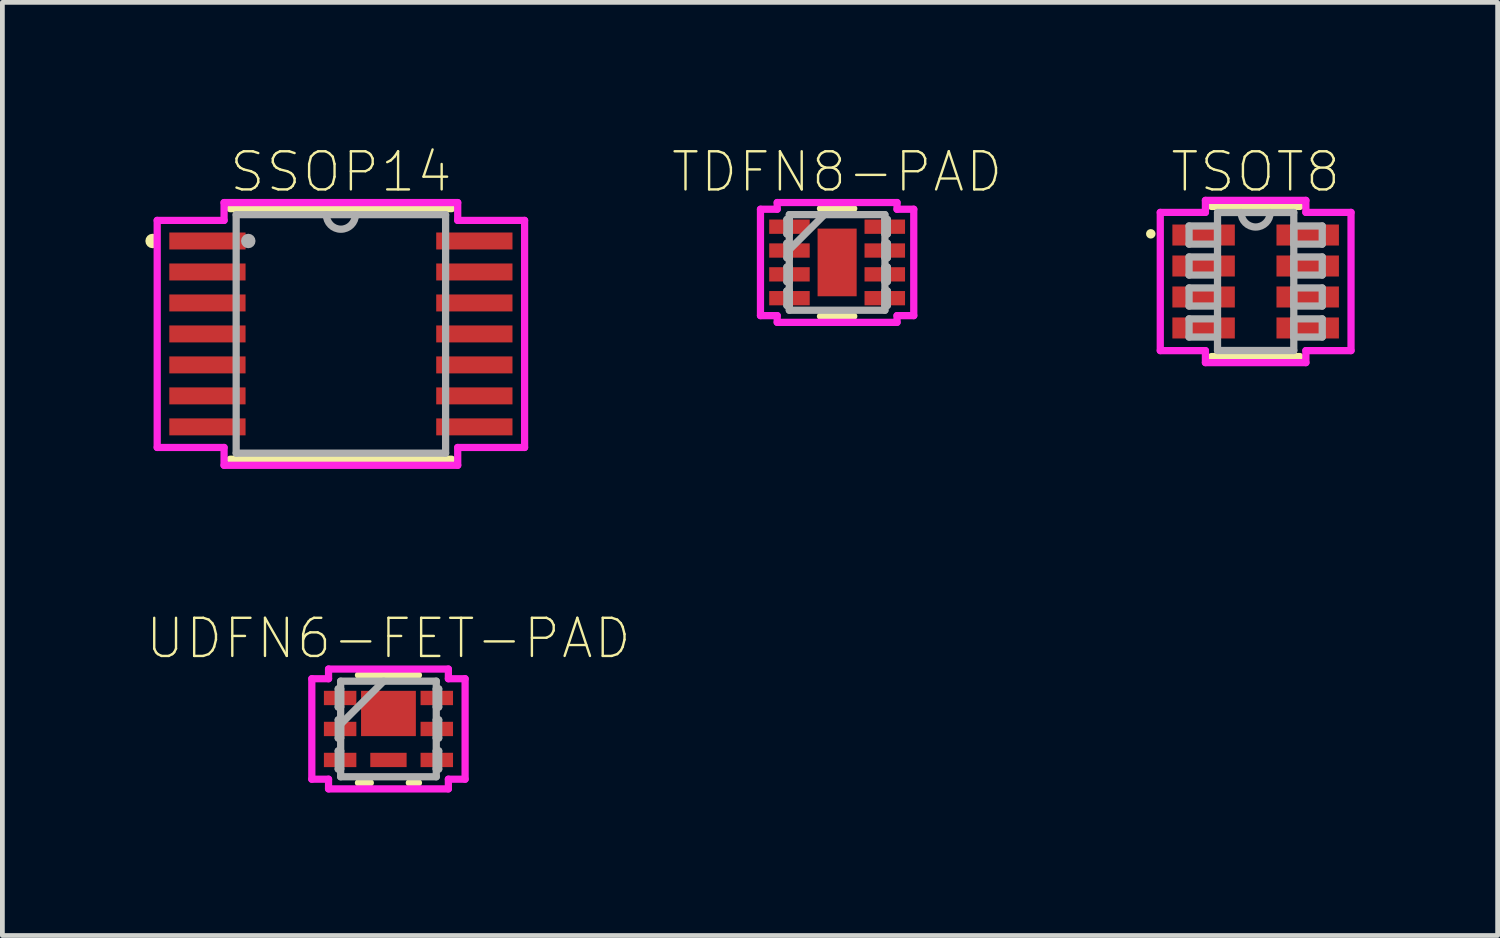
<source format=kicad_pcb>
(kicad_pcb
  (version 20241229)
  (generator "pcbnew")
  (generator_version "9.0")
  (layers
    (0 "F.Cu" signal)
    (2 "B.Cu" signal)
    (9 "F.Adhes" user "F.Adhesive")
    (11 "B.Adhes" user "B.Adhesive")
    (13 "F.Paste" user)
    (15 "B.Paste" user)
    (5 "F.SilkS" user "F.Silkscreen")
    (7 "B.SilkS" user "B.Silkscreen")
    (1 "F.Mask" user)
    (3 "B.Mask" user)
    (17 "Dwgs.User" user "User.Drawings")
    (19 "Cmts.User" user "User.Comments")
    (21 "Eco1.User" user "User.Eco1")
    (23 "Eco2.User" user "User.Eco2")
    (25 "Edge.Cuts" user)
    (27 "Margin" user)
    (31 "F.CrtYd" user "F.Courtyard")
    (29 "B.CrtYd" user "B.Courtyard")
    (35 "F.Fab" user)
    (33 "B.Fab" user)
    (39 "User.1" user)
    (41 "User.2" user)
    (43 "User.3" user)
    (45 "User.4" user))
  (footprint "TSOT8"
    (layer "F.Cu")
    (at 23.294 2.856)
    (property "Reference" "TSOT8" (at 0 -2.3 0) (layer "F.SilkS") (effects (font (size 0.8 0.8) (thickness 0.05))))
    (attr through_hole)
    (fp_line (start -0.927 1.575) (end 0.927 1.575) (stroke (width 0.152) (type solid)) (layer "F.SilkS"))
    (fp_line (start 0.927 -1.575) (end -0.927 -1.575) (stroke (width 0.152) (type solid)) (layer "F.SilkS"))
    (fp_circle (center -2.2 -1) (end -2.15 -1) (stroke (width 0.1) (type solid)) (fill no) (layer "F.SilkS"))
    (fp_line (start -2.001 -1.45) (end -1.054 -1.45) (stroke (width 0.152) (type solid)) (layer "F.CrtYd"))
    (fp_line (start -2.001 1.45) (end -2.001 -1.45) (stroke (width 0.152) (type solid)) (layer "F.CrtYd"))
    (fp_line (start -1.054 -1.702) (end 1.054 -1.702) (stroke (width 0.152) (type solid)) (layer "F.CrtYd"))
    (fp_line (start -1.054 -1.45) (end -1.054 -1.702) (stroke (width 0.152) (type solid)) (layer "F.CrtYd"))
    (fp_line (start -1.054 1.45) (end -2.001 1.45) (stroke (width 0.152) (type solid)) (layer "F.CrtYd"))
    (fp_line (start -1.054 1.702) (end -1.054 1.45) (stroke (width 0.152) (type solid)) (layer "F.CrtYd"))
    (fp_line (start 1.054 -1.702) (end 1.054 -1.45) (stroke (width 0.152) (type solid)) (layer "F.CrtYd"))
    (fp_line (start 1.054 -1.45) (end 2.001 -1.45) (stroke (width 0.152) (type solid)) (layer "F.CrtYd"))
    (fp_line (start 1.054 1.45) (end 1.054 1.702) (stroke (width 0.152) (type solid)) (layer "F.CrtYd"))
    (fp_line (start 1.054 1.702) (end -1.054 1.702) (stroke (width 0.152) (type solid)) (layer "F.CrtYd"))
    (fp_line (start 2.001 -1.45) (end 2.001 1.45) (stroke (width 0.152) (type solid)) (layer "F.CrtYd"))
    (fp_line (start 2.001 1.45) (end 1.054 1.45) (stroke (width 0.152) (type solid)) (layer "F.CrtYd"))
    (fp_line (start -1.397 -1.165) (end -1.397 -0.784) (stroke (width 0.152) (type solid)) (layer "F.Fab"))
    (fp_line (start -1.397 -0.784) (end -0.8 -0.784) (stroke (width 0.152) (type solid)) (layer "F.Fab"))
    (fp_line (start -1.397 -0.515) (end -1.397 -0.135) (stroke (width 0.152) (type solid)) (layer "F.Fab"))
    (fp_line (start -1.397 -0.135) (end -0.8 -0.135) (stroke (width 0.152) (type solid)) (layer "F.Fab"))
    (fp_line (start -1.397 0.135) (end -1.397 0.515) (stroke (width 0.152) (type solid)) (layer "F.Fab"))
    (fp_line (start -1.397 0.515) (end -0.8 0.515) (stroke (width 0.152) (type solid)) (layer "F.Fab"))
    (fp_line (start -1.397 0.784) (end -1.397 1.165) (stroke (width 0.152) (type solid)) (layer "F.Fab"))
    (fp_line (start -1.397 1.165) (end -0.8 1.165) (stroke (width 0.152) (type solid)) (layer "F.Fab"))
    (fp_line (start -0.8 -1.448) (end -0.8 1.448) (stroke (width 0.152) (type solid)) (layer "F.Fab"))
    (fp_line (start -0.8 -1.165) (end -1.397 -1.165) (stroke (width 0.152) (type solid)) (layer "F.Fab"))
    (fp_line (start -0.8 -0.784) (end -0.8 -1.165) (stroke (width 0.152) (type solid)) (layer "F.Fab"))
    (fp_line (start -0.8 -0.515) (end -1.397 -0.515) (stroke (width 0.152) (type solid)) (layer "F.Fab"))
    (fp_line (start -0.8 -0.135) (end -0.8 -0.515) (stroke (width 0.152) (type solid)) (layer "F.Fab"))
    (fp_line (start -0.8 0.135) (end -1.397 0.135) (stroke (width 0.152) (type solid)) (layer "F.Fab"))
    (fp_line (start -0.8 0.515) (end -0.8 0.135) (stroke (width 0.152) (type solid)) (layer "F.Fab"))
    (fp_line (start -0.8 0.784) (end -1.397 0.784) (stroke (width 0.152) (type solid)) (layer "F.Fab"))
    (fp_line (start -0.8 1.165) (end -0.8 0.784) (stroke (width 0.152) (type solid)) (layer "F.Fab"))
    (fp_line (start -0.8 1.448) (end 0.8 1.448) (stroke (width 0.152) (type solid)) (layer "F.Fab"))
    (fp_line (start 0.8 -1.448) (end -0.8 -1.448) (stroke (width 0.152) (type solid)) (layer "F.Fab"))
    (fp_line (start 0.8 -1.165) (end 0.8 -0.784) (stroke (width 0.152) (type solid)) (layer "F.Fab"))
    (fp_line (start 0.8 -0.784) (end 1.397 -0.784) (stroke (width 0.152) (type solid)) (layer "F.Fab"))
    (fp_line (start 0.8 -0.515) (end 0.8 -0.135) (stroke (width 0.152) (type solid)) (layer "F.Fab"))
    (fp_line (start 0.8 -0.135) (end 1.397 -0.135) (stroke (width 0.152) (type solid)) (layer "F.Fab"))
    (fp_line (start 0.8 0.135) (end 0.8 0.515) (stroke (width 0.152) (type solid)) (layer "F.Fab"))
    (fp_line (start 0.8 0.515) (end 1.397 0.515) (stroke (width 0.152) (type solid)) (layer "F.Fab"))
    (fp_line (start 0.8 0.784) (end 0.8 1.165) (stroke (width 0.152) (type solid)) (layer "F.Fab"))
    (fp_line (start 0.8 1.165) (end 1.397 1.165) (stroke (width 0.152) (type solid)) (layer "F.Fab"))
    (fp_line (start 0.8 1.448) (end 0.8 -1.448) (stroke (width 0.152) (type solid)) (layer "F.Fab"))
    (fp_line (start 1.397 -1.165) (end 0.8 -1.165) (stroke (width 0.152) (type solid)) (layer "F.Fab"))
    (fp_line (start 1.397 -0.784) (end 1.397 -1.165) (stroke (width 0.152) (type solid)) (layer "F.Fab"))
    (fp_line (start 1.397 -0.515) (end 0.8 -0.515) (stroke (width 0.152) (type solid)) (layer "F.Fab"))
    (fp_line (start 1.397 -0.135) (end 1.397 -0.515) (stroke (width 0.152) (type solid)) (layer "F.Fab"))
    (fp_line (start 1.397 0.135) (end 0.8 0.135) (stroke (width 0.152) (type solid)) (layer "F.Fab"))
    (fp_line (start 1.397 0.515) (end 1.397 0.135) (stroke (width 0.152) (type solid)) (layer "F.Fab"))
    (fp_line (start 1.397 0.784) (end 0.8 0.784) (stroke (width 0.152) (type solid)) (layer "F.Fab"))
    (fp_line (start 1.397 1.165) (end 1.397 0.784) (stroke (width 0.152) (type solid)) (layer "F.Fab"))
    (fp_arc (start 0.3048 -1.4478) (mid 0 -1.143) (end -0.3048 -1.4478) (stroke (width 0.1524) (type solid)) (layer "F.Fab"))
    (pad "1" smd rect (at -1.092 -0.975) (size 1.31 0.441) (layers "F.Cu" "F.Mask" "F.Paste"))
    (pad "2" smd rect (at -1.092 -0.325) (size 1.31 0.441) (layers "F.Cu" "F.Mask" "F.Paste"))
    (pad "3" smd rect (at -1.092 0.325) (size 1.31 0.441) (layers "F.Cu" "F.Mask" "F.Paste"))
    (pad "4" smd rect (at -1.092 0.975) (size 1.31 0.441) (layers "F.Cu" "F.Mask" "F.Paste"))
    (pad "5" smd rect (at 1.092 0.975) (size 1.31 0.441) (layers "F.Cu" "F.Mask" "F.Paste"))
    (pad "6" smd rect (at 1.092 0.325) (size 1.31 0.441) (layers "F.Cu" "F.Mask" "F.Paste"))
    (pad "7" smd rect (at 1.092 -0.325) (size 1.31 0.441) (layers "F.Cu" "F.Mask" "F.Paste"))
    (pad "8" smd rect (at 1.092 -0.975) (size 1.31 0.441) (layers "F.Cu" "F.Mask" "F.Paste")))
  (footprint "TDFN8-PAD"
    (layer "F.Cu")
    (at 14.513 2.456)
    (property "Reference" "TDFN8-PAD" (at 0 -1.9 0) (layer "F.SilkS") (effects (font (size 0.8 0.8) (thickness 0.05))))
    (attr through_hole)
    (fp_line (start -0.349 1.13) (end 0.349 1.13) (stroke (width 0.152) (type solid)) (layer "F.SilkS"))
    (fp_line (start 0.349 -1.13) (end -0.349 -1.13) (stroke (width 0.152) (type solid)) (layer "F.SilkS"))
    (fp_line (start -1.608 -1.116) (end -1.257 -1.116) (stroke (width 0.152) (type solid)) (layer "F.CrtYd"))
    (fp_line (start -1.608 1.116) (end -1.608 -1.116) (stroke (width 0.152) (type solid)) (layer "F.CrtYd"))
    (fp_line (start -1.257 -1.257) (end 1.257 -1.257) (stroke (width 0.152) (type solid)) (layer "F.CrtYd"))
    (fp_line (start -1.257 -1.116) (end -1.257 -1.257) (stroke (width 0.152) (type solid)) (layer "F.CrtYd"))
    (fp_line (start -1.257 1.116) (end -1.608 1.116) (stroke (width 0.152) (type solid)) (layer "F.CrtYd"))
    (fp_line (start -1.257 1.257) (end -1.257 1.116) (stroke (width 0.152) (type solid)) (layer "F.CrtYd"))
    (fp_line (start 1.257 -1.257) (end 1.257 -1.116) (stroke (width 0.152) (type solid)) (layer "F.CrtYd"))
    (fp_line (start 1.257 -1.116) (end 1.608 -1.116) (stroke (width 0.152) (type solid)) (layer "F.CrtYd"))
    (fp_line (start 1.257 1.116) (end 1.257 1.257) (stroke (width 0.152) (type solid)) (layer "F.CrtYd"))
    (fp_line (start 1.257 1.257) (end -1.257 1.257) (stroke (width 0.152) (type solid)) (layer "F.CrtYd"))
    (fp_line (start 1.608 -1.116) (end 1.608 1.116) (stroke (width 0.152) (type solid)) (layer "F.CrtYd"))
    (fp_line (start 1.608 1.116) (end 1.257 1.116) (stroke (width 0.152) (type solid)) (layer "F.CrtYd"))
    (fp_line (start -1.054 -0.902) (end -1.054 -0.598) (stroke (width 0.152) (type solid)) (layer "F.Fab"))
    (fp_line (start -1.054 -0.598) (end -1.003 -0.598) (stroke (width 0.152) (type solid)) (layer "F.Fab"))
    (fp_line (start -1.054 -0.402) (end -1.054 -0.098) (stroke (width 0.152) (type solid)) (layer "F.Fab"))
    (fp_line (start -1.054 -0.098) (end -1.003 -0.098) (stroke (width 0.152) (type solid)) (layer "F.Fab"))
    (fp_line (start -1.054 0.098) (end -1.054 0.402) (stroke (width 0.152) (type solid)) (layer "F.Fab"))
    (fp_line (start -1.054 0.402) (end -1.003 0.402) (stroke (width 0.152) (type solid)) (layer "F.Fab"))
    (fp_line (start -1.054 0.598) (end -1.054 0.902) (stroke (width 0.152) (type solid)) (layer "F.Fab"))
    (fp_line (start -1.054 0.902) (end -1.003 0.902) (stroke (width 0.152) (type solid)) (layer "F.Fab"))
    (fp_line (start -1.003 -1.003) (end -1.003 1.003) (stroke (width 0.152) (type solid)) (layer "F.Fab"))
    (fp_line (start -1.003 -0.902) (end -1.054 -0.902) (stroke (width 0.152) (type solid)) (layer "F.Fab"))
    (fp_line (start -1.003 -0.598) (end -1.003 -0.902) (stroke (width 0.152) (type solid)) (layer "F.Fab"))
    (fp_line (start -1.003 -0.402) (end -1.054 -0.402) (stroke (width 0.152) (type solid)) (layer "F.Fab"))
    (fp_line (start -1.003 -0.267) (end -0.267 -1.003) (stroke (width 0.152) (type solid)) (layer "F.Fab"))
    (fp_line (start -1.003 -0.098) (end -1.003 -0.402) (stroke (width 0.152) (type solid)) (layer "F.Fab"))
    (fp_line (start -1.003 0.098) (end -1.054 0.098) (stroke (width 0.152) (type solid)) (layer "F.Fab"))
    (fp_line (start -1.003 0.402) (end -1.003 0.098) (stroke (width 0.152) (type solid)) (layer "F.Fab"))
    (fp_line (start -1.003 0.598) (end -1.054 0.598) (stroke (width 0.152) (type solid)) (layer "F.Fab"))
    (fp_line (start -1.003 0.902) (end -1.003 0.598) (stroke (width 0.152) (type solid)) (layer "F.Fab"))
    (fp_line (start -1.003 1.003) (end 1.003 1.003) (stroke (width 0.152) (type solid)) (layer "F.Fab"))
    (fp_line (start 1.003 -1.003) (end -1.003 -1.003) (stroke (width 0.152) (type solid)) (layer "F.Fab"))
    (fp_line (start 1.003 -0.902) (end 1.003 -0.598) (stroke (width 0.152) (type solid)) (layer "F.Fab"))
    (fp_line (start 1.003 -0.598) (end 1.054 -0.598) (stroke (width 0.152) (type solid)) (layer "F.Fab"))
    (fp_line (start 1.003 -0.402) (end 1.003 -0.098) (stroke (width 0.152) (type solid)) (layer "F.Fab"))
    (fp_line (start 1.003 -0.098) (end 1.054 -0.098) (stroke (width 0.152) (type solid)) (layer "F.Fab"))
    (fp_line (start 1.003 0.098) (end 1.003 0.402) (stroke (width 0.152) (type solid)) (layer "F.Fab"))
    (fp_line (start 1.003 0.402) (end 1.054 0.402) (stroke (width 0.152) (type solid)) (layer "F.Fab"))
    (fp_line (start 1.003 0.598) (end 1.003 0.902) (stroke (width 0.152) (type solid)) (layer "F.Fab"))
    (fp_line (start 1.003 0.902) (end 1.054 0.902) (stroke (width 0.152) (type solid)) (layer "F.Fab"))
    (fp_line (start 1.003 1.003) (end 1.003 -1.003) (stroke (width 0.152) (type solid)) (layer "F.Fab"))
    (fp_line (start 1.054 -0.902) (end 1.003 -0.902) (stroke (width 0.152) (type solid)) (layer "F.Fab"))
    (fp_line (start 1.054 -0.598) (end 1.054 -0.902) (stroke (width 0.152) (type solid)) (layer "F.Fab"))
    (fp_line (start 1.054 -0.402) (end 1.003 -0.402) (stroke (width 0.152) (type solid)) (layer "F.Fab"))
    (fp_line (start 1.054 -0.098) (end 1.054 -0.402) (stroke (width 0.152) (type solid)) (layer "F.Fab"))
    (fp_line (start 1.054 0.098) (end 1.003 0.098) (stroke (width 0.152) (type solid)) (layer "F.Fab"))
    (fp_line (start 1.054 0.402) (end 1.054 0.098) (stroke (width 0.152) (type solid)) (layer "F.Fab"))
    (fp_line (start 1.054 0.598) (end 1.003 0.598) (stroke (width 0.152) (type solid)) (layer "F.Fab"))
    (fp_line (start 1.054 0.902) (end 1.054 0.598) (stroke (width 0.152) (type solid)) (layer "F.Fab"))
    (pad "1" smd rect (at -1 -0.75 90) (size 0.3 0.85) (layers "F.Cu" "F.Mask" "F.Paste"))
    (pad "2" smd rect (at -1 -0.25 90) (size 0.3 0.85) (layers "F.Cu" "F.Mask" "F.Paste"))
    (pad "3" smd rect (at -1 0.25 90) (size 0.3 0.85) (layers "F.Cu" "F.Mask" "F.Paste"))
    (pad "4" smd rect (at -1 0.75 90) (size 0.3 0.85) (layers "F.Cu" "F.Mask" "F.Paste"))
    (pad "5" smd rect (at 1 0.75 90) (size 0.3 0.85) (layers "F.Cu" "F.Mask" "F.Paste"))
    (pad "6" smd rect (at 1 0.25 90) (size 0.3 0.85) (layers "F.Cu" "F.Mask" "F.Paste"))
    (pad "7" smd rect (at 1 -0.25 90) (size 0.3 0.85) (layers "F.Cu" "F.Mask" "F.Paste"))
    (pad "8" smd rect (at 1 -0.75 90) (size 0.3 0.85) (layers "F.Cu" "F.Mask" "F.Paste"))
    (pad "9" smd rect (at 0 0) (size 0.82 1.42) (layers "F.Cu" "F.Mask" "F.Paste")))
  (footprint "SSOP14"
    (layer "F.Cu")
    (at 4.102 3.956)
    (property "Reference" "SSOP14" (at 0 -3.4 0) (layer "F.SilkS") (effects (font (size 0.8 0.8) (thickness 0.05))))
    (attr through_hole)
    (fp_line (start -2.324 2.629) (end 2.324 2.629) (stroke (width 0.152) (type solid)) (layer "F.SilkS"))
    (fp_line (start 2.324 -2.629) (end -2.324 -2.629) (stroke (width 0.152) (type solid)) (layer "F.SilkS"))
    (fp_circle (center -3.95 -1.95) (end -3.874 -1.95) (stroke (width 0.152) (type solid)) (fill no) (layer "F.SilkS"))
    (fp_line (start -3.854 -2.382) (end -2.451 -2.382) (stroke (width 0.152) (type solid)) (layer "F.CrtYd"))
    (fp_line (start -3.854 2.382) (end -3.854 -2.382) (stroke (width 0.152) (type solid)) (layer "F.CrtYd"))
    (fp_line (start -2.451 -2.756) (end 2.451 -2.756) (stroke (width 0.152) (type solid)) (layer "F.CrtYd"))
    (fp_line (start -2.451 -2.382) (end -2.451 -2.756) (stroke (width 0.152) (type solid)) (layer "F.CrtYd"))
    (fp_line (start -2.451 2.382) (end -3.854 2.382) (stroke (width 0.152) (type solid)) (layer "F.CrtYd"))
    (fp_line (start -2.451 2.756) (end -2.451 2.382) (stroke (width 0.152) (type solid)) (layer "F.CrtYd"))
    (fp_line (start 2.451 -2.756) (end 2.451 -2.382) (stroke (width 0.152) (type solid)) (layer "F.CrtYd"))
    (fp_line (start 2.451 -2.382) (end 3.854 -2.382) (stroke (width 0.152) (type solid)) (layer "F.CrtYd"))
    (fp_line (start 2.451 2.382) (end 2.451 2.756) (stroke (width 0.152) (type solid)) (layer "F.CrtYd"))
    (fp_line (start 2.451 2.756) (end -2.451 2.756) (stroke (width 0.152) (type solid)) (layer "F.CrtYd"))
    (fp_line (start 3.854 -2.382) (end 3.854 2.382) (stroke (width 0.152) (type solid)) (layer "F.CrtYd"))
    (fp_line (start 3.854 2.382) (end 2.451 2.382) (stroke (width 0.152) (type solid)) (layer "F.CrtYd"))
    (fp_line (start -2.197 -2.502) (end -2.197 2.502) (stroke (width 0.152) (type solid)) (layer "F.Fab"))
    (fp_line (start -2.197 2.502) (end 2.197 2.502) (stroke (width 0.152) (type solid)) (layer "F.Fab"))
    (fp_line (start 2.197 -2.502) (end -2.197 -2.502) (stroke (width 0.152) (type solid)) (layer "F.Fab"))
    (fp_line (start 2.197 2.502) (end 2.197 -2.502) (stroke (width 0.152) (type solid)) (layer "F.Fab"))
    (fp_arc (start 0.3048 -2.5019) (mid 0 -2.1971) (end -0.3048 -2.5019) (stroke (width 0.1524) (type solid)) (layer "F.Fab"))
    (fp_circle (center -1.943 -1.95) (end -1.867 -1.95) (stroke (width 0.152) (type solid)) (fill no) (layer "F.Fab"))
    (pad "1" smd rect (at -2.8 -1.95) (size 1.6 0.356) (layers "F.Cu" "F.Mask" "F.Paste"))
    (pad "2" smd rect (at -2.8 -1.3) (size 1.6 0.356) (layers "F.Cu" "F.Mask" "F.Paste"))
    (pad "3" smd rect (at -2.8 -0.65) (size 1.6 0.356) (layers "F.Cu" "F.Mask" "F.Paste"))
    (pad "4" smd rect (at -2.8 0) (size 1.6 0.356) (layers "F.Cu" "F.Mask" "F.Paste"))
    (pad "5" smd rect (at -2.8 0.65) (size 1.6 0.356) (layers "F.Cu" "F.Mask" "F.Paste"))
    (pad "6" smd rect (at -2.8 1.3) (size 1.6 0.356) (layers "F.Cu" "F.Mask" "F.Paste"))
    (pad "7" smd rect (at -2.8 1.95) (size 1.6 0.356) (layers "F.Cu" "F.Mask" "F.Paste"))
    (pad "8" smd rect (at 2.8 1.95) (size 1.6 0.356) (layers "F.Cu" "F.Mask" "F.Paste"))
    (pad "9" smd rect (at 2.8 1.3) (size 1.6 0.356) (layers "F.Cu" "F.Mask" "F.Paste"))
    (pad "10" smd rect (at 2.8 0.65) (size 1.6 0.356) (layers "F.Cu" "F.Mask" "F.Paste"))
    (pad "11" smd rect (at 2.8 0) (size 1.6 0.356) (layers "F.Cu" "F.Mask" "F.Paste"))
    (pad "12" smd rect (at 2.8 -0.65) (size 1.6 0.356) (layers "F.Cu" "F.Mask" "F.Paste"))
    (pad "13" smd rect (at 2.8 -1.3) (size 1.6 0.356) (layers "F.Cu" "F.Mask" "F.Paste"))
    (pad "14" smd rect (at 2.8 -1.95) (size 1.6 0.356) (layers "F.Cu" "F.Mask" "F.Paste")))
  (footprint "UDFN6-FET-PAD"
    (layer "F.Cu")
    (at 5.1 12.244)
    (property "Reference" "UDFN6-FET-PAD" (at 0 -1.9 0) (layer "F.SilkS") (effects (font (size 0.8 0.8) (thickness 0.05))))
    (attr through_hole)
    (fp_line (start -0.629 1.13) (end -0.381 1.13) (stroke (width 0.152) (type solid)) (layer "F.SilkS"))
    (fp_line (start 0.438 1.13) (end 0.629 1.13) (stroke (width 0.152) (type solid)) (layer "F.SilkS"))
    (fp_line (start 0.629 -1.13) (end -0.629 -1.13) (stroke (width 0.152) (type solid)) (layer "F.SilkS"))
    (fp_line (start -1.608 -1.054) (end -1.257 -1.054) (stroke (width 0.152) (type solid)) (layer "F.CrtYd"))
    (fp_line (start -1.608 1.054) (end -1.608 -1.054) (stroke (width 0.152) (type solid)) (layer "F.CrtYd"))
    (fp_line (start -1.257 -1.257) (end 1.257 -1.257) (stroke (width 0.152) (type solid)) (layer "F.CrtYd"))
    (fp_line (start -1.257 -1.054) (end -1.257 -1.257) (stroke (width 0.152) (type solid)) (layer "F.CrtYd"))
    (fp_line (start -1.257 1.054) (end -1.608 1.054) (stroke (width 0.152) (type solid)) (layer "F.CrtYd"))
    (fp_line (start -1.257 1.257) (end -1.257 1.054) (stroke (width 0.152) (type solid)) (layer "F.CrtYd"))
    (fp_line (start 1.257 -1.257) (end 1.257 -1.054) (stroke (width 0.152) (type solid)) (layer "F.CrtYd"))
    (fp_line (start 1.257 -1.054) (end 1.608 -1.054) (stroke (width 0.152) (type solid)) (layer "F.CrtYd"))
    (fp_line (start 1.257 1.054) (end 1.257 1.257) (stroke (width 0.152) (type solid)) (layer "F.CrtYd"))
    (fp_line (start 1.257 1.257) (end -1.257 1.257) (stroke (width 0.152) (type solid)) (layer "F.CrtYd"))
    (fp_line (start 1.608 -1.054) (end 1.608 1.054) (stroke (width 0.152) (type solid)) (layer "F.CrtYd"))
    (fp_line (start 1.608 1.054) (end 1.257 1.054) (stroke (width 0.152) (type solid)) (layer "F.CrtYd"))
    (fp_line (start -1.054 -0.841) (end -1.054 -0.46) (stroke (width 0.152) (type solid)) (layer "F.Fab"))
    (fp_line (start -1.054 -0.46) (end -1.003 -0.46) (stroke (width 0.152) (type solid)) (layer "F.Fab"))
    (fp_line (start -1.054 -0.191) (end -1.054 0.191) (stroke (width 0.152) (type solid)) (layer "F.Fab"))
    (fp_line (start -1.054 0.191) (end -1.003 0.191) (stroke (width 0.152) (type solid)) (layer "F.Fab"))
    (fp_line (start -1.054 0.46) (end -1.054 0.841) (stroke (width 0.152) (type solid)) (layer "F.Fab"))
    (fp_line (start -1.054 0.841) (end -1.003 0.841) (stroke (width 0.152) (type solid)) (layer "F.Fab"))
    (fp_line (start -1.003 -1.003) (end -1.003 1.003) (stroke (width 0.152) (type solid)) (layer "F.Fab"))
    (fp_line (start -1.003 -0.841) (end -1.054 -0.841) (stroke (width 0.152) (type solid)) (layer "F.Fab"))
    (fp_line (start -1.003 -0.46) (end -1.003 -0.841) (stroke (width 0.152) (type solid)) (layer "F.Fab"))
    (fp_line (start -1.003 -0.191) (end -1.054 -0.191) (stroke (width 0.152) (type solid)) (layer "F.Fab"))
    (fp_line (start -1.003 -0.1) (end -0.1 -1.003) (stroke (width 0.152) (type solid)) (layer "F.Fab"))
    (fp_line (start -1.003 0.191) (end -1.003 -0.191) (stroke (width 0.152) (type solid)) (layer "F.Fab"))
    (fp_line (start -1.003 0.46) (end -1.054 0.46) (stroke (width 0.152) (type solid)) (layer "F.Fab"))
    (fp_line (start -1.003 0.841) (end -1.003 0.46) (stroke (width 0.152) (type solid)) (layer "F.Fab"))
    (fp_line (start -1.003 1.003) (end 1.003 1.003) (stroke (width 0.152) (type solid)) (layer "F.Fab"))
    (fp_line (start 1.003 -1.003) (end -1.003 -1.003) (stroke (width 0.152) (type solid)) (layer "F.Fab"))
    (fp_line (start 1.003 -0.841) (end 1.003 -0.46) (stroke (width 0.152) (type solid)) (layer "F.Fab"))
    (fp_line (start 1.003 -0.46) (end 1.054 -0.46) (stroke (width 0.152) (type solid)) (layer "F.Fab"))
    (fp_line (start 1.003 -0.191) (end 1.003 0.191) (stroke (width 0.152) (type solid)) (layer "F.Fab"))
    (fp_line (start 1.003 0.191) (end 1.054 0.191) (stroke (width 0.152) (type solid)) (layer "F.Fab"))
    (fp_line (start 1.003 0.46) (end 1.003 0.841) (stroke (width 0.152) (type solid)) (layer "F.Fab"))
    (fp_line (start 1.003 0.841) (end 1.054 0.841) (stroke (width 0.152) (type solid)) (layer "F.Fab"))
    (fp_line (start 1.003 1.003) (end 1.003 -1.003) (stroke (width 0.152) (type solid)) (layer "F.Fab"))
    (fp_line (start 1.054 -0.841) (end 1.003 -0.841) (stroke (width 0.152) (type solid)) (layer "F.Fab"))
    (fp_line (start 1.054 -0.46) (end 1.054 -0.841) (stroke (width 0.152) (type solid)) (layer "F.Fab"))
    (fp_line (start 1.054 -0.191) (end 1.003 -0.191) (stroke (width 0.152) (type solid)) (layer "F.Fab"))
    (fp_line (start 1.054 0.191) (end 1.054 -0.191) (stroke (width 0.152) (type solid)) (layer "F.Fab"))
    (fp_line (start 1.054 0.46) (end 1.003 0.46) (stroke (width 0.152) (type solid)) (layer "F.Fab"))
    (fp_line (start 1.054 0.841) (end 1.054 0.46) (stroke (width 0.152) (type solid)) (layer "F.Fab"))
    (pad "1" smd rect (at -1.014 -0.65 90) (size 0.301 0.681) (layers "F.Cu" "F.Mask" "F.Paste"))
    (pad "1" smd rect (at -1.014 0 90) (size 0.301 0.681) (layers "F.Cu" "F.Mask" "F.Paste"))
    (pad "1" smd rect (at 0 -0.325) (size 1.15 0.95) (layers "F.Cu" "F.Mask" "F.Paste"))
    (pad "1" smd rect (at 1.014 -0.65 90) (size 0.301 0.681) (layers "F.Cu" "F.Mask" "F.Paste"))
    (pad "1" smd rect (at 1.014 0 90) (size 0.301 0.681) (layers "F.Cu" "F.Mask" "F.Paste"))
    (pad "2" smd rect (at -1.014 0.65 90) (size 0.301 0.681) (layers "F.Cu" "F.Mask" "F.Paste"))
    (pad "3" smd rect (at 0 0.65) (size 0.762 0.3) (layers "F.Cu" "F.Mask" "F.Paste"))
    (pad "3" smd rect (at 1.014 0.65 90) (size 0.301 0.681) (layers "F.Cu" "F.Mask" "F.Paste")))
  (gr_rect
    (start -3 -3)
    (end 28.371 16.577)
    (stroke (width 0.1) (type default))
    (fill no)
    (layer "Edge.Cuts")))
</source>
